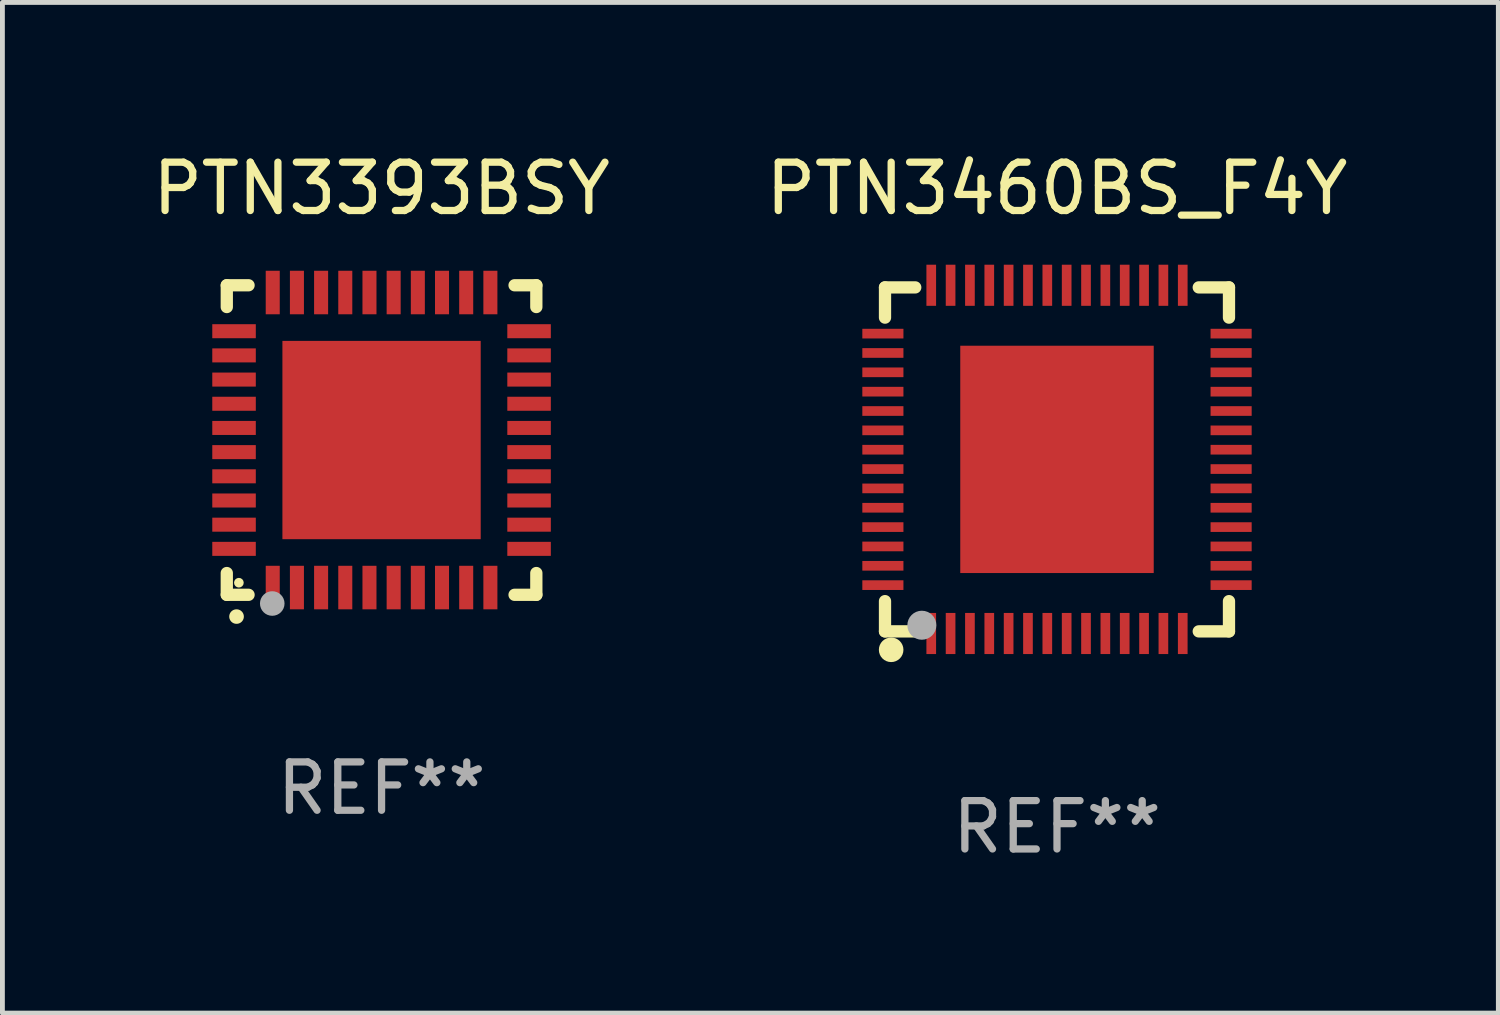
<source format=kicad_pcb>
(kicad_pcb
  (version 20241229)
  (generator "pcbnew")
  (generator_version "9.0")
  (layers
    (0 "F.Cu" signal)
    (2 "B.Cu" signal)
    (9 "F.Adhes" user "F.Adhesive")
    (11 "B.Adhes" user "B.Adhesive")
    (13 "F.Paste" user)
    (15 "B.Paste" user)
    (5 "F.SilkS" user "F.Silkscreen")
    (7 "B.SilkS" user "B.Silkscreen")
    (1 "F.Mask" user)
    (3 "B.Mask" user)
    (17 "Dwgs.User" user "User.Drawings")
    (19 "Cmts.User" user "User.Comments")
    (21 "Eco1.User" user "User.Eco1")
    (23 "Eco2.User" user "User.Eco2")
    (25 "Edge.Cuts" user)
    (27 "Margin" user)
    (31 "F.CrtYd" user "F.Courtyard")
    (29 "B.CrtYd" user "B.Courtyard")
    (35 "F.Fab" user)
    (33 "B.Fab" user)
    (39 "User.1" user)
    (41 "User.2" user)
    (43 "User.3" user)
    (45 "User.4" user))
  (footprint "PTN3393BSY"
    (layer "F.Cu")
    (at 4.839 6.048)
    (property "Reference" "PTN3393BSY" (at 0 -5.2 0) (layer "F.SilkS") (effects (font (size 1 1) (thickness 0.15))))
    (attr through_hole)
    (fp_line (start -3.2 -3.2) (end -3.2 -2.75) (stroke (width 0.254) (type solid)) (layer "F.SilkS"))
    (fp_line (start -3.2 3.2) (end -3.2 2.75) (stroke (width 0.254) (type solid)) (layer "F.SilkS"))
    (fp_line (start -2.75 -3.2) (end -3.2 -3.2) (stroke (width 0.254) (type solid)) (layer "F.SilkS"))
    (fp_line (start -2.75 3.2) (end -3.2 3.2) (stroke (width 0.254) (type solid)) (layer "F.SilkS"))
    (fp_line (start 3.2 -3.2) (end 2.75 -3.2) (stroke (width 0.254) (type solid)) (layer "F.SilkS"))
    (fp_line (start 3.2 -2.75) (end 3.2 -3.2) (stroke (width 0.254) (type solid)) (layer "F.SilkS"))
    (fp_line (start 3.2 2.75) (end 3.2 3.2) (stroke (width 0.254) (type solid)) (layer "F.SilkS"))
    (fp_line (start 3.2 3.2) (end 2.75 3.2) (stroke (width 0.254) (type solid)) (layer "F.SilkS"))
    (fp_arc (start -2.999746 3.649987) (mid -2.998476 3.649982) (end -2.997206 3.649987) (stroke (width 0.3) (type solid)) (layer "F.SilkS"))
    (fp_circle (center -2.95 2.95) (end -2.9 2.95) (stroke (width 0.1) (type solid)) (fill no) (layer "F.SilkS"))
    (fp_circle (center -2.26 3.38) (end -2.133 3.38) (stroke (width 0.254) (type solid)) (fill no) (layer "F.Fab"))
    (fp_text user "REF**" (at 0 7.2 0) (layer "F.Fab") (effects (font (size 1 1) (thickness 0.15))))
    (pad "1" smd rect (at -2.25 3.05 180) (size 0.29 0.9) (layers "F.Cu" "F.Mask" "F.Paste"))
    (pad "2" smd rect (at -1.75 3.05 180) (size 0.29 0.9) (layers "F.Cu" "F.Mask" "F.Paste"))
    (pad "3" smd rect (at -1.25 3.05 180) (size 0.29 0.9) (layers "F.Cu" "F.Mask" "F.Paste"))
    (pad "4" smd rect (at -0.75 3.05 180) (size 0.29 0.9) (layers "F.Cu" "F.Mask" "F.Paste"))
    (pad "5" smd rect (at -0.25 3.05 180) (size 0.29 0.9) (layers "F.Cu" "F.Mask" "F.Paste"))
    (pad "6" smd rect (at 0.25 3.05 180) (size 0.29 0.9) (layers "F.Cu" "F.Mask" "F.Paste"))
    (pad "7" smd rect (at 0.75 3.05 180) (size 0.29 0.9) (layers "F.Cu" "F.Mask" "F.Paste"))
    (pad "8" smd rect (at 1.25 3.05 180) (size 0.29 0.9) (layers "F.Cu" "F.Mask" "F.Paste"))
    (pad "9" smd rect (at 1.75 3.05 180) (size 0.29 0.9) (layers "F.Cu" "F.Mask" "F.Paste"))
    (pad "10" smd rect (at 2.25 3.05 180) (size 0.29 0.9) (layers "F.Cu" "F.Mask" "F.Paste"))
    (pad "11" smd rect (at 3.05 2.25 90) (size 0.29 0.9) (layers "F.Cu" "F.Mask" "F.Paste"))
    (pad "12" smd rect (at 3.05 1.75 90) (size 0.29 0.9) (layers "F.Cu" "F.Mask" "F.Paste"))
    (pad "13" smd rect (at 3.05 1.25 90) (size 0.29 0.9) (layers "F.Cu" "F.Mask" "F.Paste"))
    (pad "14" smd rect (at 3.05 0.75 90) (size 0.29 0.9) (layers "F.Cu" "F.Mask" "F.Paste"))
    (pad "15" smd rect (at 3.05 0.25 90) (size 0.29 0.9) (layers "F.Cu" "F.Mask" "F.Paste"))
    (pad "16" smd rect (at 3.05 -0.25 90) (size 0.29 0.9) (layers "F.Cu" "F.Mask" "F.Paste"))
    (pad "17" smd rect (at 3.05 -0.75 90) (size 0.29 0.9) (layers "F.Cu" "F.Mask" "F.Paste"))
    (pad "18" smd rect (at 3.05 -1.25 90) (size 0.29 0.9) (layers "F.Cu" "F.Mask" "F.Paste"))
    (pad "19" smd rect (at 3.05 -1.75 90) (size 0.29 0.9) (layers "F.Cu" "F.Mask" "F.Paste"))
    (pad "20" smd rect (at 3.05 -2.25 90) (size 0.29 0.9) (layers "F.Cu" "F.Mask" "F.Paste"))
    (pad "21" smd rect (at 2.25 -3.05 180) (size 0.29 0.9) (layers "F.Cu" "F.Mask" "F.Paste"))
    (pad "22" smd rect (at 1.75 -3.05 180) (size 0.29 0.9) (layers "F.Cu" "F.Mask" "F.Paste"))
    (pad "23" smd rect (at 1.25 -3.05 180) (size 0.29 0.9) (layers "F.Cu" "F.Mask" "F.Paste"))
    (pad "24" smd rect (at 0.75 -3.05 180) (size 0.29 0.9) (layers "F.Cu" "F.Mask" "F.Paste"))
    (pad "25" smd rect (at 0.25 -3.05 180) (size 0.29 0.9) (layers "F.Cu" "F.Mask" "F.Paste"))
    (pad "26" smd rect (at -0.25 -3.05 180) (size 0.29 0.9) (layers "F.Cu" "F.Mask" "F.Paste"))
    (pad "27" smd rect (at -0.75 -3.05 180) (size 0.29 0.9) (layers "F.Cu" "F.Mask" "F.Paste"))
    (pad "28" smd rect (at -1.25 -3.05 180) (size 0.29 0.9) (layers "F.Cu" "F.Mask" "F.Paste"))
    (pad "29" smd rect (at -1.75 -3.05 180) (size 0.29 0.9) (layers "F.Cu" "F.Mask" "F.Paste"))
    (pad "30" smd rect (at -2.25 -3.05 180) (size 0.29 0.9) (layers "F.Cu" "F.Mask" "F.Paste"))
    (pad "31" smd rect (at -3.05 -2.25 90) (size 0.29 0.9) (layers "F.Cu" "F.Mask" "F.Paste"))
    (pad "32" smd rect (at -3.05 -1.75 90) (size 0.29 0.9) (layers "F.Cu" "F.Mask" "F.Paste"))
    (pad "33" smd rect (at -3.05 -1.25 90) (size 0.29 0.9) (layers "F.Cu" "F.Mask" "F.Paste"))
    (pad "34" smd rect (at -3.05 -0.75 90) (size 0.29 0.9) (layers "F.Cu" "F.Mask" "F.Paste"))
    (pad "35" smd rect (at -3.05 -0.25 90) (size 0.29 0.9) (layers "F.Cu" "F.Mask" "F.Paste"))
    (pad "36" smd rect (at -3.05 0.25 90) (size 0.29 0.9) (layers "F.Cu" "F.Mask" "F.Paste"))
    (pad "37" smd rect (at -3.05 0.75 90) (size 0.29 0.9) (layers "F.Cu" "F.Mask" "F.Paste"))
    (pad "38" smd rect (at -3.05 1.25 90) (size 0.29 0.9) (layers "F.Cu" "F.Mask" "F.Paste"))
    (pad "39" smd rect (at -3.05 1.75 90) (size 0.29 0.9) (layers "F.Cu" "F.Mask" "F.Paste"))
    (pad "40" smd rect (at -3.05 2.25 90) (size 0.29 0.9) (layers "F.Cu" "F.Mask" "F.Paste"))
    (pad "41" smd rect (at 0 0) (size 4.1 4.1) (layers "F.Cu" "F.Mask" "F.Paste")))
  (footprint "PTN3460BS_F4Y"
    (layer "F.Cu")
    (at 18.804 6.448)
    (property "Reference" "PTN3460BS_F4Y" (at 0 -5.6 0) (layer "F.SilkS") (effects (font (size 1 1) (thickness 0.15))))
    (attr through_hole)
    (fp_line (start -3.556 -3.556) (end -3.556 -2.931) (stroke (width 0.254) (type solid)) (layer "F.SilkS"))
    (fp_line (start -3.556 2.931) (end -3.556 3.556) (stroke (width 0.254) (type solid)) (layer "F.SilkS"))
    (fp_line (start -3.556 3.556) (end -2.931 3.556) (stroke (width 0.254) (type solid)) (layer "F.SilkS"))
    (fp_line (start -2.931 -3.556) (end -3.556 -3.556) (stroke (width 0.254) (type solid)) (layer "F.SilkS"))
    (fp_line (start 2.931 3.556) (end 3.556 3.556) (stroke (width 0.254) (type solid)) (layer "F.SilkS"))
    (fp_line (start 3.556 -3.556) (end 2.931 -3.556) (stroke (width 0.254) (type solid)) (layer "F.SilkS"))
    (fp_line (start 3.556 -2.931) (end 3.556 -3.556) (stroke (width 0.254) (type solid)) (layer "F.SilkS"))
    (fp_line (start 3.556 3.556) (end 3.556 2.931) (stroke (width 0.254) (type solid)) (layer "F.SilkS"))
    (fp_circle (center -3.5 3.5) (end -3.47 3.5) (stroke (width 0.06) (type solid)) (fill no) (layer "F.SilkS"))
    (fp_circle (center -3.429 3.937) (end -3.302 3.937) (stroke (width 0.254) (type solid)) (fill no) (layer "F.SilkS"))
    (fp_circle (center -2.794 3.429) (end -2.644 3.429) (stroke (width 0.3) (type solid)) (fill no) (layer "F.Fab"))
    (fp_text user "REF**" (at 0 7.6 0) (layer "F.Fab") (effects (font (size 1 1) (thickness 0.15))))
    (pad "1" smd rect (at -2.6 3.6 270) (size 0.85 0.2) (layers "F.Cu" "F.Mask" "F.Paste"))
    (pad "2" smd rect (at -2.2 3.6 270) (size 0.85 0.2) (layers "F.Cu" "F.Mask" "F.Paste"))
    (pad "3" smd rect (at -1.8 3.6 270) (size 0.85 0.2) (layers "F.Cu" "F.Mask" "F.Paste"))
    (pad "4" smd rect (at -1.4 3.6 270) (size 0.85 0.2) (layers "F.Cu" "F.Mask" "F.Paste"))
    (pad "5" smd rect (at -1 3.6 270) (size 0.85 0.2) (layers "F.Cu" "F.Mask" "F.Paste"))
    (pad "6" smd rect (at -0.6 3.6 270) (size 0.85 0.2) (layers "F.Cu" "F.Mask" "F.Paste"))
    (pad "7" smd rect (at -0.2 3.6 270) (size 0.85 0.2) (layers "F.Cu" "F.Mask" "F.Paste"))
    (pad "8" smd rect (at 0.2 3.6 270) (size 0.85 0.2) (layers "F.Cu" "F.Mask" "F.Paste"))
    (pad "9" smd rect (at 0.6 3.6 270) (size 0.85 0.2) (layers "F.Cu" "F.Mask" "F.Paste"))
    (pad "10" smd rect (at 1 3.6 270) (size 0.85 0.2) (layers "F.Cu" "F.Mask" "F.Paste"))
    (pad "11" smd rect (at 1.4 3.6 270) (size 0.85 0.2) (layers "F.Cu" "F.Mask" "F.Paste"))
    (pad "12" smd rect (at 1.8 3.6 270) (size 0.85 0.2) (layers "F.Cu" "F.Mask" "F.Paste"))
    (pad "13" smd rect (at 2.2 3.6 270) (size 0.85 0.2) (layers "F.Cu" "F.Mask" "F.Paste"))
    (pad "14" smd rect (at 2.6 3.6 270) (size 0.85 0.2) (layers "F.Cu" "F.Mask" "F.Paste"))
    (pad "15" smd rect (at 3.6 2.6) (size 0.85 0.2) (layers "F.Cu" "F.Mask" "F.Paste"))
    (pad "16" smd rect (at 3.6 2.2) (size 0.85 0.2) (layers "F.Cu" "F.Mask" "F.Paste"))
    (pad "17" smd rect (at 3.6 1.8) (size 0.85 0.2) (layers "F.Cu" "F.Mask" "F.Paste"))
    (pad "18" smd rect (at 3.6 1.4) (size 0.85 0.2) (layers "F.Cu" "F.Mask" "F.Paste"))
    (pad "19" smd rect (at 3.6 1) (size 0.85 0.2) (layers "F.Cu" "F.Mask" "F.Paste"))
    (pad "20" smd rect (at 3.6 0.6) (size 0.85 0.2) (layers "F.Cu" "F.Mask" "F.Paste"))
    (pad "21" smd rect (at 3.6 0.2) (size 0.85 0.2) (layers "F.Cu" "F.Mask" "F.Paste"))
    (pad "22" smd rect (at 3.6 -0.2) (size 0.85 0.2) (layers "F.Cu" "F.Mask" "F.Paste"))
    (pad "23" smd rect (at 3.6 -0.6) (size 0.85 0.2) (layers "F.Cu" "F.Mask" "F.Paste"))
    (pad "24" smd rect (at 3.6 -1) (size 0.85 0.2) (layers "F.Cu" "F.Mask" "F.Paste"))
    (pad "25" smd rect (at 3.6 -1.4) (size 0.85 0.2) (layers "F.Cu" "F.Mask" "F.Paste"))
    (pad "26" smd rect (at 3.6 -1.8) (size 0.85 0.2) (layers "F.Cu" "F.Mask" "F.Paste"))
    (pad "27" smd rect (at 3.6 -2.2) (size 0.85 0.2) (layers "F.Cu" "F.Mask" "F.Paste"))
    (pad "28" smd rect (at 3.6 -2.6) (size 0.85 0.2) (layers "F.Cu" "F.Mask" "F.Paste"))
    (pad "29" smd rect (at 2.6 -3.6 270) (size 0.85 0.2) (layers "F.Cu" "F.Mask" "F.Paste"))
    (pad "30" smd rect (at 2.2 -3.6 270) (size 0.85 0.2) (layers "F.Cu" "F.Mask" "F.Paste"))
    (pad "31" smd rect (at 1.8 -3.6 270) (size 0.85 0.2) (layers "F.Cu" "F.Mask" "F.Paste"))
    (pad "32" smd rect (at 1.4 -3.6 270) (size 0.85 0.2) (layers "F.Cu" "F.Mask" "F.Paste"))
    (pad "33" smd rect (at 1 -3.6 270) (size 0.85 0.2) (layers "F.Cu" "F.Mask" "F.Paste"))
    (pad "34" smd rect (at 0.6 -3.6 270) (size 0.85 0.2) (layers "F.Cu" "F.Mask" "F.Paste"))
    (pad "35" smd rect (at 0.2 -3.6 270) (size 0.85 0.2) (layers "F.Cu" "F.Mask" "F.Paste"))
    (pad "36" smd rect (at -0.2 -3.6 270) (size 0.85 0.2) (layers "F.Cu" "F.Mask" "F.Paste"))
    (pad "37" smd rect (at -0.6 -3.6 270) (size 0.85 0.2) (layers "F.Cu" "F.Mask" "F.Paste"))
    (pad "38" smd rect (at -1 -3.6 270) (size 0.85 0.2) (layers "F.Cu" "F.Mask" "F.Paste"))
    (pad "39" smd rect (at -1.4 -3.6 270) (size 0.85 0.2) (layers "F.Cu" "F.Mask" "F.Paste"))
    (pad "40" smd rect (at -1.8 -3.6 270) (size 0.85 0.2) (layers "F.Cu" "F.Mask" "F.Paste"))
    (pad "41" smd rect (at -2.2 -3.6 270) (size 0.85 0.2) (layers "F.Cu" "F.Mask" "F.Paste"))
    (pad "42" smd rect (at -2.6 -3.6 270) (size 0.85 0.2) (layers "F.Cu" "F.Mask" "F.Paste"))
    (pad "43" smd rect (at -3.6 -2.6) (size 0.85 0.2) (layers "F.Cu" "F.Mask" "F.Paste"))
    (pad "44" smd rect (at -3.6 -2.2) (size 0.85 0.2) (layers "F.Cu" "F.Mask" "F.Paste"))
    (pad "45" smd rect (at -3.6 -1.8) (size 0.85 0.2) (layers "F.Cu" "F.Mask" "F.Paste"))
    (pad "46" smd rect (at -3.6 -1.4) (size 0.85 0.2) (layers "F.Cu" "F.Mask" "F.Paste"))
    (pad "47" smd rect (at -3.6 -1) (size 0.85 0.2) (layers "F.Cu" "F.Mask" "F.Paste"))
    (pad "48" smd rect (at -3.6 -0.6) (size 0.85 0.2) (layers "F.Cu" "F.Mask" "F.Paste"))
    (pad "49" smd rect (at -3.6 -0.2) (size 0.85 0.2) (layers "F.Cu" "F.Mask" "F.Paste"))
    (pad "50" smd rect (at -3.6 0.2) (size 0.85 0.2) (layers "F.Cu" "F.Mask" "F.Paste"))
    (pad "51" smd rect (at -3.6 0.6) (size 0.85 0.2) (layers "F.Cu" "F.Mask" "F.Paste"))
    (pad "52" smd rect (at -3.6 1) (size 0.85 0.2) (layers "F.Cu" "F.Mask" "F.Paste"))
    (pad "53" smd rect (at -3.6 1.4) (size 0.85 0.2) (layers "F.Cu" "F.Mask" "F.Paste"))
    (pad "54" smd rect (at -3.6 1.8) (size 0.85 0.2) (layers "F.Cu" "F.Mask" "F.Paste"))
    (pad "55" smd rect (at -3.6 2.2) (size 0.85 0.2) (layers "F.Cu" "F.Mask" "F.Paste"))
    (pad "56" smd rect (at -3.6 2.6) (size 0.85 0.2) (layers "F.Cu" "F.Mask" "F.Paste"))
    (pad "57" smd rect (at 0 0 90) (size 4.7 4) (layers "F.Cu" "F.Mask" "F.Paste")))
  (gr_rect
    (start -3 -3)
    (end 27.929 17.896)
    (stroke (width 0.1) (type default))
    (fill no)
    (layer "Edge.Cuts")))
</source>
